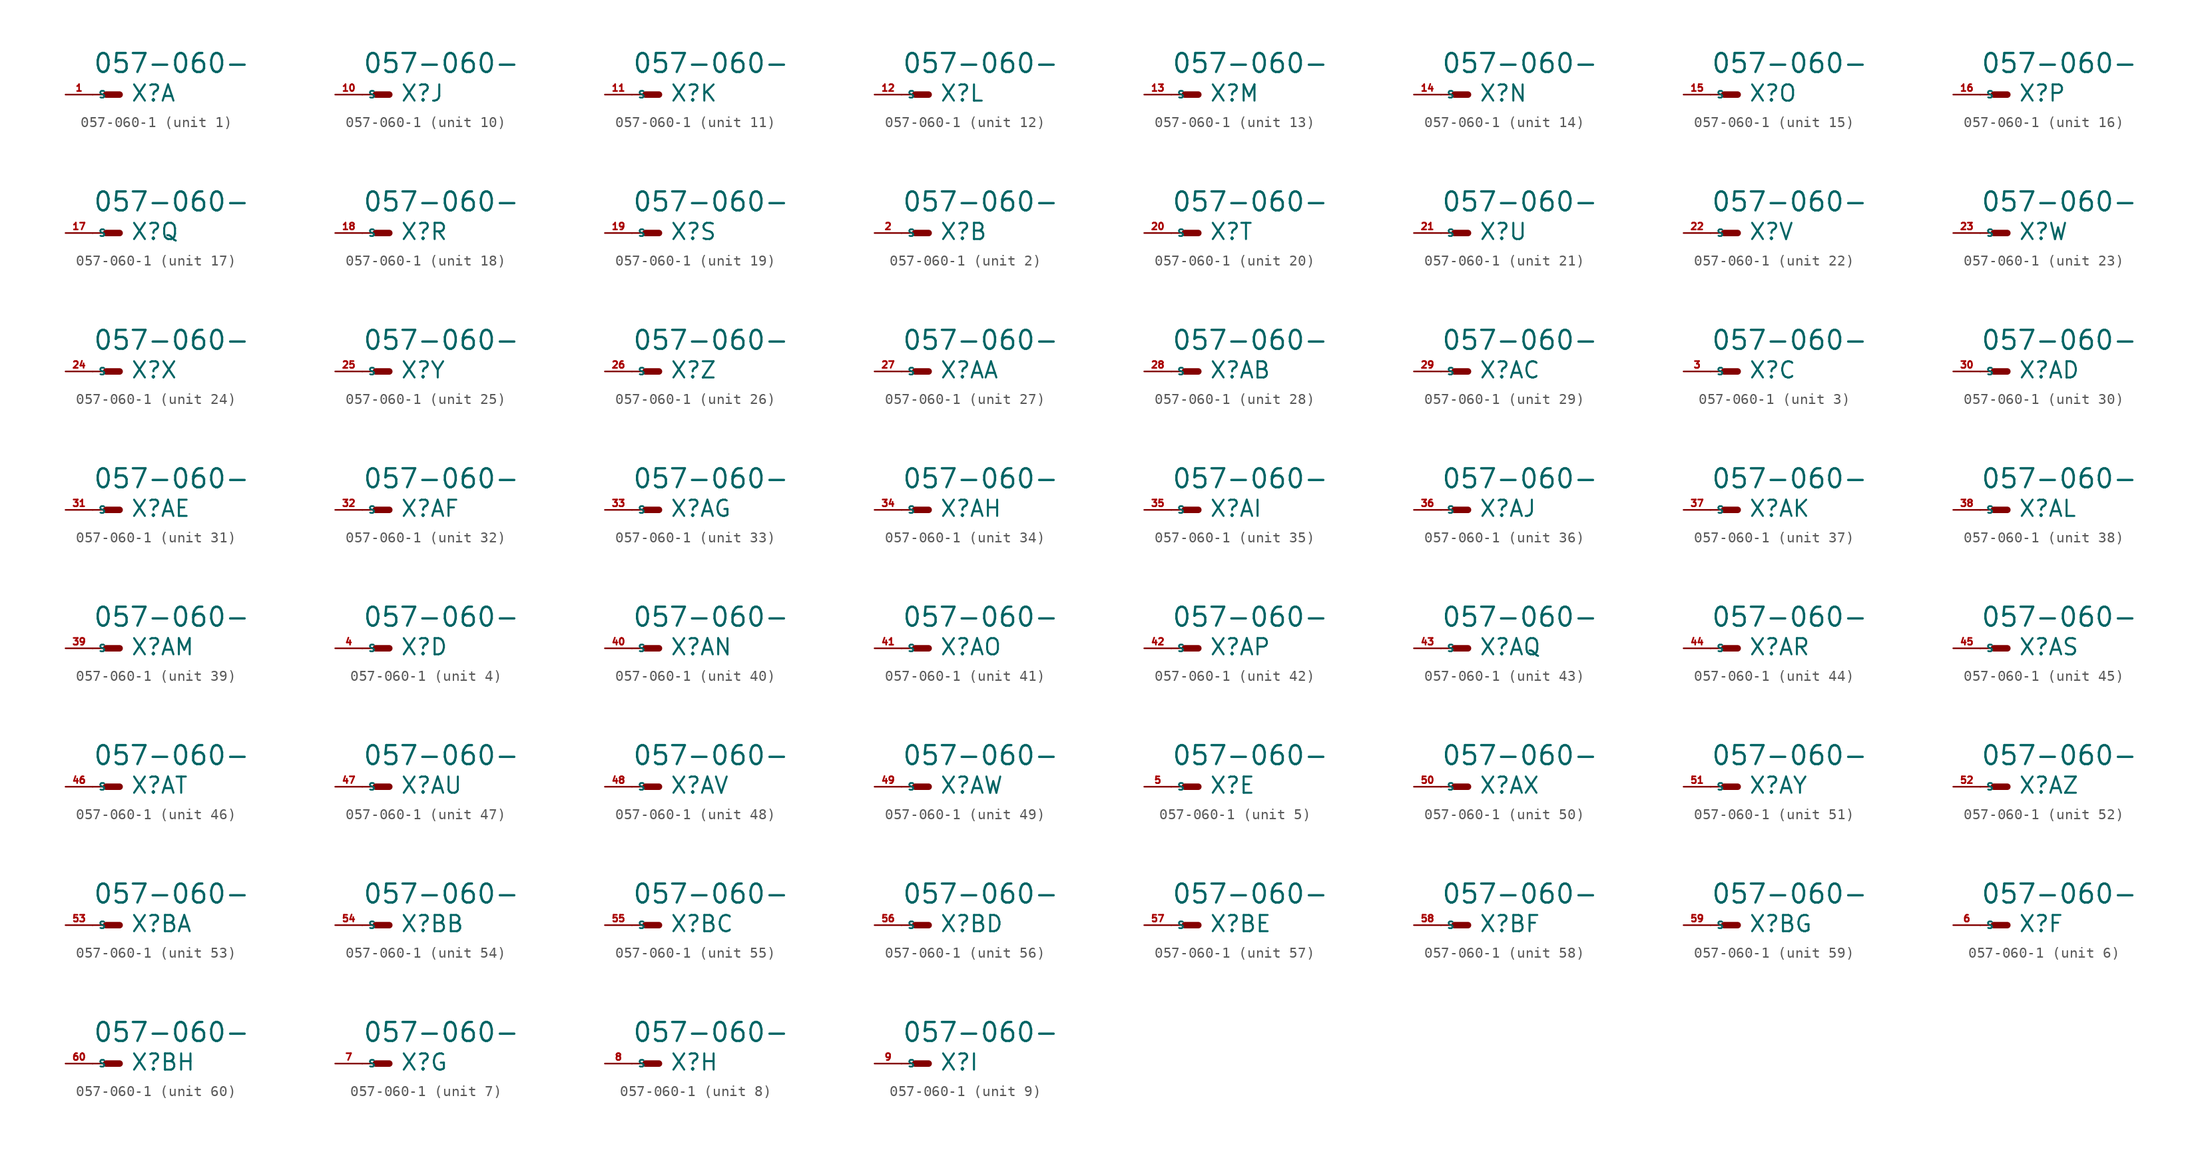
<source format=kicad_sym>
(kicad_symbol_lib
  (version 20220914)
  (generator Eagle2Kicad)
  (symbol "057-060-1"
    (property "Reference" "X"
      (at 1.016 -0.762 0)
      (effects (font (size 1.524 1.524) (thickness 0.19)) (justify left bottom)))
    (property "Value" "057-060-"
      (at -2.54 1.905 0)
      (effects (font (size 1.778 1.778) (thickness 0.22)) (justify left bottom)))
    (symbol "057-060-1_1_0"
      (polyline (pts (xy 0 0) (xy -1.27 0)) (stroke (width 0.61) (type default)) (fill (type none)))
      (polyline (pts (xy -2.54 0) (xy -1.27 0)) (stroke (width 0.152) (type default)) (fill (type none)))
      (pin passive line (at -5.08 0 0) (length 2.54) (name "S" (effects (font (size 0.635 0.635) (thickness 0.08)) (justify left bottom))) (number "1" (effects (font (size 0.635 0.635) (thickness 0.08)) (justify left bottom)))))
    (symbol "057-060-1_2_0"
      (polyline (pts (xy 0 0) (xy -1.27 0)) (stroke (width 0.61) (type default)) (fill (type none)))
      (polyline (pts (xy -2.54 0) (xy -1.27 0)) (stroke (width 0.152) (type default)) (fill (type none)))
      (pin passive line (at -5.08 0 0) (length 2.54) (name "S" (effects (font (size 0.635 0.635) (thickness 0.08)) (justify left bottom))) (number "2" (effects (font (size 0.635 0.635) (thickness 0.08)) (justify left bottom)))))
    (symbol "057-060-1_3_0"
      (polyline (pts (xy 0 0) (xy -1.27 0)) (stroke (width 0.61) (type default)) (fill (type none)))
      (polyline (pts (xy -2.54 0) (xy -1.27 0)) (stroke (width 0.152) (type default)) (fill (type none)))
      (pin passive line (at -5.08 0 0) (length 2.54) (name "S" (effects (font (size 0.635 0.635) (thickness 0.08)) (justify left bottom))) (number "3" (effects (font (size 0.635 0.635) (thickness 0.08)) (justify left bottom)))))
    (symbol "057-060-1_4_0"
      (polyline (pts (xy 0 0) (xy -1.27 0)) (stroke (width 0.61) (type default)) (fill (type none)))
      (polyline (pts (xy -2.54 0) (xy -1.27 0)) (stroke (width 0.152) (type default)) (fill (type none)))
      (pin passive line (at -5.08 0 0) (length 2.54) (name "S" (effects (font (size 0.635 0.635) (thickness 0.08)) (justify left bottom))) (number "4" (effects (font (size 0.635 0.635) (thickness 0.08)) (justify left bottom)))))
    (symbol "057-060-1_5_0"
      (polyline (pts (xy 0 0) (xy -1.27 0)) (stroke (width 0.61) (type default)) (fill (type none)))
      (polyline (pts (xy -2.54 0) (xy -1.27 0)) (stroke (width 0.152) (type default)) (fill (type none)))
      (pin passive line (at -5.08 0 0) (length 2.54) (name "S" (effects (font (size 0.635 0.635) (thickness 0.08)) (justify left bottom))) (number "5" (effects (font (size 0.635 0.635) (thickness 0.08)) (justify left bottom)))))
    (symbol "057-060-1_6_0"
      (polyline (pts (xy 0 0) (xy -1.27 0)) (stroke (width 0.61) (type default)) (fill (type none)))
      (polyline (pts (xy -2.54 0) (xy -1.27 0)) (stroke (width 0.152) (type default)) (fill (type none)))
      (pin passive line (at -5.08 0 0) (length 2.54) (name "S" (effects (font (size 0.635 0.635) (thickness 0.08)) (justify left bottom))) (number "6" (effects (font (size 0.635 0.635) (thickness 0.08)) (justify left bottom)))))
    (symbol "057-060-1_7_0"
      (polyline (pts (xy 0 0) (xy -1.27 0)) (stroke (width 0.61) (type default)) (fill (type none)))
      (polyline (pts (xy -2.54 0) (xy -1.27 0)) (stroke (width 0.152) (type default)) (fill (type none)))
      (pin passive line (at -5.08 0 0) (length 2.54) (name "S" (effects (font (size 0.635 0.635) (thickness 0.08)) (justify left bottom))) (number "7" (effects (font (size 0.635 0.635) (thickness 0.08)) (justify left bottom)))))
    (symbol "057-060-1_8_0"
      (polyline (pts (xy 0 0) (xy -1.27 0)) (stroke (width 0.61) (type default)) (fill (type none)))
      (polyline (pts (xy -2.54 0) (xy -1.27 0)) (stroke (width 0.152) (type default)) (fill (type none)))
      (pin passive line (at -5.08 0 0) (length 2.54) (name "S" (effects (font (size 0.635 0.635) (thickness 0.08)) (justify left bottom))) (number "8" (effects (font (size 0.635 0.635) (thickness 0.08)) (justify left bottom)))))
    (symbol "057-060-1_9_0"
      (polyline (pts (xy 0 0) (xy -1.27 0)) (stroke (width 0.61) (type default)) (fill (type none)))
      (polyline (pts (xy -2.54 0) (xy -1.27 0)) (stroke (width 0.152) (type default)) (fill (type none)))
      (pin passive line (at -5.08 0 0) (length 2.54) (name "S" (effects (font (size 0.635 0.635) (thickness 0.08)) (justify left bottom))) (number "9" (effects (font (size 0.635 0.635) (thickness 0.08)) (justify left bottom)))))
    (symbol "057-060-1_10_0"
      (polyline (pts (xy 0 0) (xy -1.27 0)) (stroke (width 0.61) (type default)) (fill (type none)))
      (polyline (pts (xy -2.54 0) (xy -1.27 0)) (stroke (width 0.152) (type default)) (fill (type none)))
      (pin passive line (at -5.08 0 0) (length 2.54) (name "S" (effects (font (size 0.635 0.635) (thickness 0.08)) (justify left bottom))) (number "10" (effects (font (size 0.635 0.635) (thickness 0.08)) (justify left bottom)))))
    (symbol "057-060-1_11_0"
      (polyline (pts (xy 0 0) (xy -1.27 0)) (stroke (width 0.61) (type default)) (fill (type none)))
      (polyline (pts (xy -2.54 0) (xy -1.27 0)) (stroke (width 0.152) (type default)) (fill (type none)))
      (pin passive line (at -5.08 0 0) (length 2.54) (name "S" (effects (font (size 0.635 0.635) (thickness 0.08)) (justify left bottom))) (number "11" (effects (font (size 0.635 0.635) (thickness 0.08)) (justify left bottom)))))
    (symbol "057-060-1_12_0"
      (polyline (pts (xy 0 0) (xy -1.27 0)) (stroke (width 0.61) (type default)) (fill (type none)))
      (polyline (pts (xy -2.54 0) (xy -1.27 0)) (stroke (width 0.152) (type default)) (fill (type none)))
      (pin passive line (at -5.08 0 0) (length 2.54) (name "S" (effects (font (size 0.635 0.635) (thickness 0.08)) (justify left bottom))) (number "12" (effects (font (size 0.635 0.635) (thickness 0.08)) (justify left bottom)))))
    (symbol "057-060-1_13_0"
      (polyline (pts (xy 0 0) (xy -1.27 0)) (stroke (width 0.61) (type default)) (fill (type none)))
      (polyline (pts (xy -2.54 0) (xy -1.27 0)) (stroke (width 0.152) (type default)) (fill (type none)))
      (pin passive line (at -5.08 0 0) (length 2.54) (name "S" (effects (font (size 0.635 0.635) (thickness 0.08)) (justify left bottom))) (number "13" (effects (font (size 0.635 0.635) (thickness 0.08)) (justify left bottom)))))
    (symbol "057-060-1_14_0"
      (polyline (pts (xy 0 0) (xy -1.27 0)) (stroke (width 0.61) (type default)) (fill (type none)))
      (polyline (pts (xy -2.54 0) (xy -1.27 0)) (stroke (width 0.152) (type default)) (fill (type none)))
      (pin passive line (at -5.08 0 0) (length 2.54) (name "S" (effects (font (size 0.635 0.635) (thickness 0.08)) (justify left bottom))) (number "14" (effects (font (size 0.635 0.635) (thickness 0.08)) (justify left bottom)))))
    (symbol "057-060-1_15_0"
      (polyline (pts (xy 0 0) (xy -1.27 0)) (stroke (width 0.61) (type default)) (fill (type none)))
      (polyline (pts (xy -2.54 0) (xy -1.27 0)) (stroke (width 0.152) (type default)) (fill (type none)))
      (pin passive line (at -5.08 0 0) (length 2.54) (name "S" (effects (font (size 0.635 0.635) (thickness 0.08)) (justify left bottom))) (number "15" (effects (font (size 0.635 0.635) (thickness 0.08)) (justify left bottom)))))
    (symbol "057-060-1_16_0"
      (polyline (pts (xy 0 0) (xy -1.27 0)) (stroke (width 0.61) (type default)) (fill (type none)))
      (polyline (pts (xy -2.54 0) (xy -1.27 0)) (stroke (width 0.152) (type default)) (fill (type none)))
      (pin passive line (at -5.08 0 0) (length 2.54) (name "S" (effects (font (size 0.635 0.635) (thickness 0.08)) (justify left bottom))) (number "16" (effects (font (size 0.635 0.635) (thickness 0.08)) (justify left bottom)))))
    (symbol "057-060-1_17_0"
      (polyline (pts (xy 0 0) (xy -1.27 0)) (stroke (width 0.61) (type default)) (fill (type none)))
      (polyline (pts (xy -2.54 0) (xy -1.27 0)) (stroke (width 0.152) (type default)) (fill (type none)))
      (pin passive line (at -5.08 0 0) (length 2.54) (name "S" (effects (font (size 0.635 0.635) (thickness 0.08)) (justify left bottom))) (number "17" (effects (font (size 0.635 0.635) (thickness 0.08)) (justify left bottom)))))
    (symbol "057-060-1_18_0"
      (polyline (pts (xy 0 0) (xy -1.27 0)) (stroke (width 0.61) (type default)) (fill (type none)))
      (polyline (pts (xy -2.54 0) (xy -1.27 0)) (stroke (width 0.152) (type default)) (fill (type none)))
      (pin passive line (at -5.08 0 0) (length 2.54) (name "S" (effects (font (size 0.635 0.635) (thickness 0.08)) (justify left bottom))) (number "18" (effects (font (size 0.635 0.635) (thickness 0.08)) (justify left bottom)))))
    (symbol "057-060-1_19_0"
      (polyline (pts (xy 0 0) (xy -1.27 0)) (stroke (width 0.61) (type default)) (fill (type none)))
      (polyline (pts (xy -2.54 0) (xy -1.27 0)) (stroke (width 0.152) (type default)) (fill (type none)))
      (pin passive line (at -5.08 0 0) (length 2.54) (name "S" (effects (font (size 0.635 0.635) (thickness 0.08)) (justify left bottom))) (number "19" (effects (font (size 0.635 0.635) (thickness 0.08)) (justify left bottom)))))
    (symbol "057-060-1_20_0"
      (polyline (pts (xy 0 0) (xy -1.27 0)) (stroke (width 0.61) (type default)) (fill (type none)))
      (polyline (pts (xy -2.54 0) (xy -1.27 0)) (stroke (width 0.152) (type default)) (fill (type none)))
      (pin passive line (at -5.08 0 0) (length 2.54) (name "S" (effects (font (size 0.635 0.635) (thickness 0.08)) (justify left bottom))) (number "20" (effects (font (size 0.635 0.635) (thickness 0.08)) (justify left bottom)))))
    (symbol "057-060-1_21_0"
      (polyline (pts (xy 0 0) (xy -1.27 0)) (stroke (width 0.61) (type default)) (fill (type none)))
      (polyline (pts (xy -2.54 0) (xy -1.27 0)) (stroke (width 0.152) (type default)) (fill (type none)))
      (pin passive line (at -5.08 0 0) (length 2.54) (name "S" (effects (font (size 0.635 0.635) (thickness 0.08)) (justify left bottom))) (number "21" (effects (font (size 0.635 0.635) (thickness 0.08)) (justify left bottom)))))
    (symbol "057-060-1_22_0"
      (polyline (pts (xy 0 0) (xy -1.27 0)) (stroke (width 0.61) (type default)) (fill (type none)))
      (polyline (pts (xy -2.54 0) (xy -1.27 0)) (stroke (width 0.152) (type default)) (fill (type none)))
      (pin passive line (at -5.08 0 0) (length 2.54) (name "S" (effects (font (size 0.635 0.635) (thickness 0.08)) (justify left bottom))) (number "22" (effects (font (size 0.635 0.635) (thickness 0.08)) (justify left bottom)))))
    (symbol "057-060-1_23_0"
      (polyline (pts (xy 0 0) (xy -1.27 0)) (stroke (width 0.61) (type default)) (fill (type none)))
      (polyline (pts (xy -2.54 0) (xy -1.27 0)) (stroke (width 0.152) (type default)) (fill (type none)))
      (pin passive line (at -5.08 0 0) (length 2.54) (name "S" (effects (font (size 0.635 0.635) (thickness 0.08)) (justify left bottom))) (number "23" (effects (font (size 0.635 0.635) (thickness 0.08)) (justify left bottom)))))
    (symbol "057-060-1_24_0"
      (polyline (pts (xy 0 0) (xy -1.27 0)) (stroke (width 0.61) (type default)) (fill (type none)))
      (polyline (pts (xy -2.54 0) (xy -1.27 0)) (stroke (width 0.152) (type default)) (fill (type none)))
      (pin passive line (at -5.08 0 0) (length 2.54) (name "S" (effects (font (size 0.635 0.635) (thickness 0.08)) (justify left bottom))) (number "24" (effects (font (size 0.635 0.635) (thickness 0.08)) (justify left bottom)))))
    (symbol "057-060-1_25_0"
      (polyline (pts (xy 0 0) (xy -1.27 0)) (stroke (width 0.61) (type default)) (fill (type none)))
      (polyline (pts (xy -2.54 0) (xy -1.27 0)) (stroke (width 0.152) (type default)) (fill (type none)))
      (pin passive line (at -5.08 0 0) (length 2.54) (name "S" (effects (font (size 0.635 0.635) (thickness 0.08)) (justify left bottom))) (number "25" (effects (font (size 0.635 0.635) (thickness 0.08)) (justify left bottom)))))
    (symbol "057-060-1_26_0"
      (polyline (pts (xy 0 0) (xy -1.27 0)) (stroke (width 0.61) (type default)) (fill (type none)))
      (polyline (pts (xy -2.54 0) (xy -1.27 0)) (stroke (width 0.152) (type default)) (fill (type none)))
      (pin passive line (at -5.08 0 0) (length 2.54) (name "S" (effects (font (size 0.635 0.635) (thickness 0.08)) (justify left bottom))) (number "26" (effects (font (size 0.635 0.635) (thickness 0.08)) (justify left bottom)))))
    (symbol "057-060-1_27_0"
      (polyline (pts (xy 0 0) (xy -1.27 0)) (stroke (width 0.61) (type default)) (fill (type none)))
      (polyline (pts (xy -2.54 0) (xy -1.27 0)) (stroke (width 0.152) (type default)) (fill (type none)))
      (pin passive line (at -5.08 0 0) (length 2.54) (name "S" (effects (font (size 0.635 0.635) (thickness 0.08)) (justify left bottom))) (number "27" (effects (font (size 0.635 0.635) (thickness 0.08)) (justify left bottom)))))
    (symbol "057-060-1_28_0"
      (polyline (pts (xy 0 0) (xy -1.27 0)) (stroke (width 0.61) (type default)) (fill (type none)))
      (polyline (pts (xy -2.54 0) (xy -1.27 0)) (stroke (width 0.152) (type default)) (fill (type none)))
      (pin passive line (at -5.08 0 0) (length 2.54) (name "S" (effects (font (size 0.635 0.635) (thickness 0.08)) (justify left bottom))) (number "28" (effects (font (size 0.635 0.635) (thickness 0.08)) (justify left bottom)))))
    (symbol "057-060-1_29_0"
      (polyline (pts (xy 0 0) (xy -1.27 0)) (stroke (width 0.61) (type default)) (fill (type none)))
      (polyline (pts (xy -2.54 0) (xy -1.27 0)) (stroke (width 0.152) (type default)) (fill (type none)))
      (pin passive line (at -5.08 0 0) (length 2.54) (name "S" (effects (font (size 0.635 0.635) (thickness 0.08)) (justify left bottom))) (number "29" (effects (font (size 0.635 0.635) (thickness 0.08)) (justify left bottom)))))
    (symbol "057-060-1_30_0"
      (polyline (pts (xy 0 0) (xy -1.27 0)) (stroke (width 0.61) (type default)) (fill (type none)))
      (polyline (pts (xy -2.54 0) (xy -1.27 0)) (stroke (width 0.152) (type default)) (fill (type none)))
      (pin passive line (at -5.08 0 0) (length 2.54) (name "S" (effects (font (size 0.635 0.635) (thickness 0.08)) (justify left bottom))) (number "30" (effects (font (size 0.635 0.635) (thickness 0.08)) (justify left bottom)))))
    (symbol "057-060-1_31_0"
      (polyline (pts (xy 0 0) (xy -1.27 0)) (stroke (width 0.61) (type default)) (fill (type none)))
      (polyline (pts (xy -2.54 0) (xy -1.27 0)) (stroke (width 0.152) (type default)) (fill (type none)))
      (pin passive line (at -5.08 0 0) (length 2.54) (name "S" (effects (font (size 0.635 0.635) (thickness 0.08)) (justify left bottom))) (number "31" (effects (font (size 0.635 0.635) (thickness 0.08)) (justify left bottom)))))
    (symbol "057-060-1_32_0"
      (polyline (pts (xy 0 0) (xy -1.27 0)) (stroke (width 0.61) (type default)) (fill (type none)))
      (polyline (pts (xy -2.54 0) (xy -1.27 0)) (stroke (width 0.152) (type default)) (fill (type none)))
      (pin passive line (at -5.08 0 0) (length 2.54) (name "S" (effects (font (size 0.635 0.635) (thickness 0.08)) (justify left bottom))) (number "32" (effects (font (size 0.635 0.635) (thickness 0.08)) (justify left bottom)))))
    (symbol "057-060-1_33_0"
      (polyline (pts (xy 0 0) (xy -1.27 0)) (stroke (width 0.61) (type default)) (fill (type none)))
      (polyline (pts (xy -2.54 0) (xy -1.27 0)) (stroke (width 0.152) (type default)) (fill (type none)))
      (pin passive line (at -5.08 0 0) (length 2.54) (name "S" (effects (font (size 0.635 0.635) (thickness 0.08)) (justify left bottom))) (number "33" (effects (font (size 0.635 0.635) (thickness 0.08)) (justify left bottom)))))
    (symbol "057-060-1_34_0"
      (polyline (pts (xy 0 0) (xy -1.27 0)) (stroke (width 0.61) (type default)) (fill (type none)))
      (polyline (pts (xy -2.54 0) (xy -1.27 0)) (stroke (width 0.152) (type default)) (fill (type none)))
      (pin passive line (at -5.08 0 0) (length 2.54) (name "S" (effects (font (size 0.635 0.635) (thickness 0.08)) (justify left bottom))) (number "34" (effects (font (size 0.635 0.635) (thickness 0.08)) (justify left bottom)))))
    (symbol "057-060-1_35_0"
      (polyline (pts (xy 0 0) (xy -1.27 0)) (stroke (width 0.61) (type default)) (fill (type none)))
      (polyline (pts (xy -2.54 0) (xy -1.27 0)) (stroke (width 0.152) (type default)) (fill (type none)))
      (pin passive line (at -5.08 0 0) (length 2.54) (name "S" (effects (font (size 0.635 0.635) (thickness 0.08)) (justify left bottom))) (number "35" (effects (font (size 0.635 0.635) (thickness 0.08)) (justify left bottom)))))
    (symbol "057-060-1_36_0"
      (polyline (pts (xy 0 0) (xy -1.27 0)) (stroke (width 0.61) (type default)) (fill (type none)))
      (polyline (pts (xy -2.54 0) (xy -1.27 0)) (stroke (width 0.152) (type default)) (fill (type none)))
      (pin passive line (at -5.08 0 0) (length 2.54) (name "S" (effects (font (size 0.635 0.635) (thickness 0.08)) (justify left bottom))) (number "36" (effects (font (size 0.635 0.635) (thickness 0.08)) (justify left bottom)))))
    (symbol "057-060-1_37_0"
      (polyline (pts (xy 0 0) (xy -1.27 0)) (stroke (width 0.61) (type default)) (fill (type none)))
      (polyline (pts (xy -2.54 0) (xy -1.27 0)) (stroke (width 0.152) (type default)) (fill (type none)))
      (pin passive line (at -5.08 0 0) (length 2.54) (name "S" (effects (font (size 0.635 0.635) (thickness 0.08)) (justify left bottom))) (number "37" (effects (font (size 0.635 0.635) (thickness 0.08)) (justify left bottom)))))
    (symbol "057-060-1_38_0"
      (polyline (pts (xy 0 0) (xy -1.27 0)) (stroke (width 0.61) (type default)) (fill (type none)))
      (polyline (pts (xy -2.54 0) (xy -1.27 0)) (stroke (width 0.152) (type default)) (fill (type none)))
      (pin passive line (at -5.08 0 0) (length 2.54) (name "S" (effects (font (size 0.635 0.635) (thickness 0.08)) (justify left bottom))) (number "38" (effects (font (size 0.635 0.635) (thickness 0.08)) (justify left bottom)))))
    (symbol "057-060-1_39_0"
      (polyline (pts (xy 0 0) (xy -1.27 0)) (stroke (width 0.61) (type default)) (fill (type none)))
      (polyline (pts (xy -2.54 0) (xy -1.27 0)) (stroke (width 0.152) (type default)) (fill (type none)))
      (pin passive line (at -5.08 0 0) (length 2.54) (name "S" (effects (font (size 0.635 0.635) (thickness 0.08)) (justify left bottom))) (number "39" (effects (font (size 0.635 0.635) (thickness 0.08)) (justify left bottom)))))
    (symbol "057-060-1_40_0"
      (polyline (pts (xy 0 0) (xy -1.27 0)) (stroke (width 0.61) (type default)) (fill (type none)))
      (polyline (pts (xy -2.54 0) (xy -1.27 0)) (stroke (width 0.152) (type default)) (fill (type none)))
      (pin passive line (at -5.08 0 0) (length 2.54) (name "S" (effects (font (size 0.635 0.635) (thickness 0.08)) (justify left bottom))) (number "40" (effects (font (size 0.635 0.635) (thickness 0.08)) (justify left bottom)))))
    (symbol "057-060-1_41_0"
      (polyline (pts (xy 0 0) (xy -1.27 0)) (stroke (width 0.61) (type default)) (fill (type none)))
      (polyline (pts (xy -2.54 0) (xy -1.27 0)) (stroke (width 0.152) (type default)) (fill (type none)))
      (pin passive line (at -5.08 0 0) (length 2.54) (name "S" (effects (font (size 0.635 0.635) (thickness 0.08)) (justify left bottom))) (number "41" (effects (font (size 0.635 0.635) (thickness 0.08)) (justify left bottom)))))
    (symbol "057-060-1_42_0"
      (polyline (pts (xy 0 0) (xy -1.27 0)) (stroke (width 0.61) (type default)) (fill (type none)))
      (polyline (pts (xy -2.54 0) (xy -1.27 0)) (stroke (width 0.152) (type default)) (fill (type none)))
      (pin passive line (at -5.08 0 0) (length 2.54) (name "S" (effects (font (size 0.635 0.635) (thickness 0.08)) (justify left bottom))) (number "42" (effects (font (size 0.635 0.635) (thickness 0.08)) (justify left bottom)))))
    (symbol "057-060-1_43_0"
      (polyline (pts (xy 0 0) (xy -1.27 0)) (stroke (width 0.61) (type default)) (fill (type none)))
      (polyline (pts (xy -2.54 0) (xy -1.27 0)) (stroke (width 0.152) (type default)) (fill (type none)))
      (pin passive line (at -5.08 0 0) (length 2.54) (name "S" (effects (font (size 0.635 0.635) (thickness 0.08)) (justify left bottom))) (number "43" (effects (font (size 0.635 0.635) (thickness 0.08)) (justify left bottom)))))
    (symbol "057-060-1_44_0"
      (polyline (pts (xy 0 0) (xy -1.27 0)) (stroke (width 0.61) (type default)) (fill (type none)))
      (polyline (pts (xy -2.54 0) (xy -1.27 0)) (stroke (width 0.152) (type default)) (fill (type none)))
      (pin passive line (at -5.08 0 0) (length 2.54) (name "S" (effects (font (size 0.635 0.635) (thickness 0.08)) (justify left bottom))) (number "44" (effects (font (size 0.635 0.635) (thickness 0.08)) (justify left bottom)))))
    (symbol "057-060-1_45_0"
      (polyline (pts (xy 0 0) (xy -1.27 0)) (stroke (width 0.61) (type default)) (fill (type none)))
      (polyline (pts (xy -2.54 0) (xy -1.27 0)) (stroke (width 0.152) (type default)) (fill (type none)))
      (pin passive line (at -5.08 0 0) (length 2.54) (name "S" (effects (font (size 0.635 0.635) (thickness 0.08)) (justify left bottom))) (number "45" (effects (font (size 0.635 0.635) (thickness 0.08)) (justify left bottom)))))
    (symbol "057-060-1_46_0"
      (polyline (pts (xy 0 0) (xy -1.27 0)) (stroke (width 0.61) (type default)) (fill (type none)))
      (polyline (pts (xy -2.54 0) (xy -1.27 0)) (stroke (width 0.152) (type default)) (fill (type none)))
      (pin passive line (at -5.08 0 0) (length 2.54) (name "S" (effects (font (size 0.635 0.635) (thickness 0.08)) (justify left bottom))) (number "46" (effects (font (size 0.635 0.635) (thickness 0.08)) (justify left bottom)))))
    (symbol "057-060-1_47_0"
      (polyline (pts (xy 0 0) (xy -1.27 0)) (stroke (width 0.61) (type default)) (fill (type none)))
      (polyline (pts (xy -2.54 0) (xy -1.27 0)) (stroke (width 0.152) (type default)) (fill (type none)))
      (pin passive line (at -5.08 0 0) (length 2.54) (name "S" (effects (font (size 0.635 0.635) (thickness 0.08)) (justify left bottom))) (number "47" (effects (font (size 0.635 0.635) (thickness 0.08)) (justify left bottom)))))
    (symbol "057-060-1_48_0"
      (polyline (pts (xy 0 0) (xy -1.27 0)) (stroke (width 0.61) (type default)) (fill (type none)))
      (polyline (pts (xy -2.54 0) (xy -1.27 0)) (stroke (width 0.152) (type default)) (fill (type none)))
      (pin passive line (at -5.08 0 0) (length 2.54) (name "S" (effects (font (size 0.635 0.635) (thickness 0.08)) (justify left bottom))) (number "48" (effects (font (size 0.635 0.635) (thickness 0.08)) (justify left bottom)))))
    (symbol "057-060-1_49_0"
      (polyline (pts (xy 0 0) (xy -1.27 0)) (stroke (width 0.61) (type default)) (fill (type none)))
      (polyline (pts (xy -2.54 0) (xy -1.27 0)) (stroke (width 0.152) (type default)) (fill (type none)))
      (pin passive line (at -5.08 0 0) (length 2.54) (name "S" (effects (font (size 0.635 0.635) (thickness 0.08)) (justify left bottom))) (number "49" (effects (font (size 0.635 0.635) (thickness 0.08)) (justify left bottom)))))
    (symbol "057-060-1_50_0"
      (polyline (pts (xy 0 0) (xy -1.27 0)) (stroke (width 0.61) (type default)) (fill (type none)))
      (polyline (pts (xy -2.54 0) (xy -1.27 0)) (stroke (width 0.152) (type default)) (fill (type none)))
      (pin passive line (at -5.08 0 0) (length 2.54) (name "S" (effects (font (size 0.635 0.635) (thickness 0.08)) (justify left bottom))) (number "50" (effects (font (size 0.635 0.635) (thickness 0.08)) (justify left bottom)))))
    (symbol "057-060-1_51_0"
      (polyline (pts (xy 0 0) (xy -1.27 0)) (stroke (width 0.61) (type default)) (fill (type none)))
      (polyline (pts (xy -2.54 0) (xy -1.27 0)) (stroke (width 0.152) (type default)) (fill (type none)))
      (pin passive line (at -5.08 0 0) (length 2.54) (name "S" (effects (font (size 0.635 0.635) (thickness 0.08)) (justify left bottom))) (number "51" (effects (font (size 0.635 0.635) (thickness 0.08)) (justify left bottom)))))
    (symbol "057-060-1_52_0"
      (polyline (pts (xy 0 0) (xy -1.27 0)) (stroke (width 0.61) (type default)) (fill (type none)))
      (polyline (pts (xy -2.54 0) (xy -1.27 0)) (stroke (width 0.152) (type default)) (fill (type none)))
      (pin passive line (at -5.08 0 0) (length 2.54) (name "S" (effects (font (size 0.635 0.635) (thickness 0.08)) (justify left bottom))) (number "52" (effects (font (size 0.635 0.635) (thickness 0.08)) (justify left bottom)))))
    (symbol "057-060-1_53_0"
      (polyline (pts (xy 0 0) (xy -1.27 0)) (stroke (width 0.61) (type default)) (fill (type none)))
      (polyline (pts (xy -2.54 0) (xy -1.27 0)) (stroke (width 0.152) (type default)) (fill (type none)))
      (pin passive line (at -5.08 0 0) (length 2.54) (name "S" (effects (font (size 0.635 0.635) (thickness 0.08)) (justify left bottom))) (number "53" (effects (font (size 0.635 0.635) (thickness 0.08)) (justify left bottom)))))
    (symbol "057-060-1_54_0"
      (polyline (pts (xy 0 0) (xy -1.27 0)) (stroke (width 0.61) (type default)) (fill (type none)))
      (polyline (pts (xy -2.54 0) (xy -1.27 0)) (stroke (width 0.152) (type default)) (fill (type none)))
      (pin passive line (at -5.08 0 0) (length 2.54) (name "S" (effects (font (size 0.635 0.635) (thickness 0.08)) (justify left bottom))) (number "54" (effects (font (size 0.635 0.635) (thickness 0.08)) (justify left bottom)))))
    (symbol "057-060-1_55_0"
      (polyline (pts (xy 0 0) (xy -1.27 0)) (stroke (width 0.61) (type default)) (fill (type none)))
      (polyline (pts (xy -2.54 0) (xy -1.27 0)) (stroke (width 0.152) (type default)) (fill (type none)))
      (pin passive line (at -5.08 0 0) (length 2.54) (name "S" (effects (font (size 0.635 0.635) (thickness 0.08)) (justify left bottom))) (number "55" (effects (font (size 0.635 0.635) (thickness 0.08)) (justify left bottom)))))
    (symbol "057-060-1_56_0"
      (polyline (pts (xy 0 0) (xy -1.27 0)) (stroke (width 0.61) (type default)) (fill (type none)))
      (polyline (pts (xy -2.54 0) (xy -1.27 0)) (stroke (width 0.152) (type default)) (fill (type none)))
      (pin passive line (at -5.08 0 0) (length 2.54) (name "S" (effects (font (size 0.635 0.635) (thickness 0.08)) (justify left bottom))) (number "56" (effects (font (size 0.635 0.635) (thickness 0.08)) (justify left bottom)))))
    (symbol "057-060-1_57_0"
      (polyline (pts (xy 0 0) (xy -1.27 0)) (stroke (width 0.61) (type default)) (fill (type none)))
      (polyline (pts (xy -2.54 0) (xy -1.27 0)) (stroke (width 0.152) (type default)) (fill (type none)))
      (pin passive line (at -5.08 0 0) (length 2.54) (name "S" (effects (font (size 0.635 0.635) (thickness 0.08)) (justify left bottom))) (number "57" (effects (font (size 0.635 0.635) (thickness 0.08)) (justify left bottom)))))
    (symbol "057-060-1_58_0"
      (polyline (pts (xy 0 0) (xy -1.27 0)) (stroke (width 0.61) (type default)) (fill (type none)))
      (polyline (pts (xy -2.54 0) (xy -1.27 0)) (stroke (width 0.152) (type default)) (fill (type none)))
      (pin passive line (at -5.08 0 0) (length 2.54) (name "S" (effects (font (size 0.635 0.635) (thickness 0.08)) (justify left bottom))) (number "58" (effects (font (size 0.635 0.635) (thickness 0.08)) (justify left bottom)))))
    (symbol "057-060-1_59_0"
      (polyline (pts (xy 0 0) (xy -1.27 0)) (stroke (width 0.61) (type default)) (fill (type none)))
      (polyline (pts (xy -2.54 0) (xy -1.27 0)) (stroke (width 0.152) (type default)) (fill (type none)))
      (pin passive line (at -5.08 0 0) (length 2.54) (name "S" (effects (font (size 0.635 0.635) (thickness 0.08)) (justify left bottom))) (number "59" (effects (font (size 0.635 0.635) (thickness 0.08)) (justify left bottom)))))
    (symbol "057-060-1_60_0"
      (polyline (pts (xy 0 0) (xy -1.27 0)) (stroke (width 0.61) (type default)) (fill (type none)))
      (polyline (pts (xy -2.54 0) (xy -1.27 0)) (stroke (width 0.152) (type default)) (fill (type none)))
      (pin passive line (at -5.08 0 0) (length 2.54) (name "S" (effects (font (size 0.635 0.635) (thickness 0.08)) (justify left bottom))) (number "60" (effects (font (size 0.635 0.635) (thickness 0.08)) (justify left bottom)))))))
</source>
